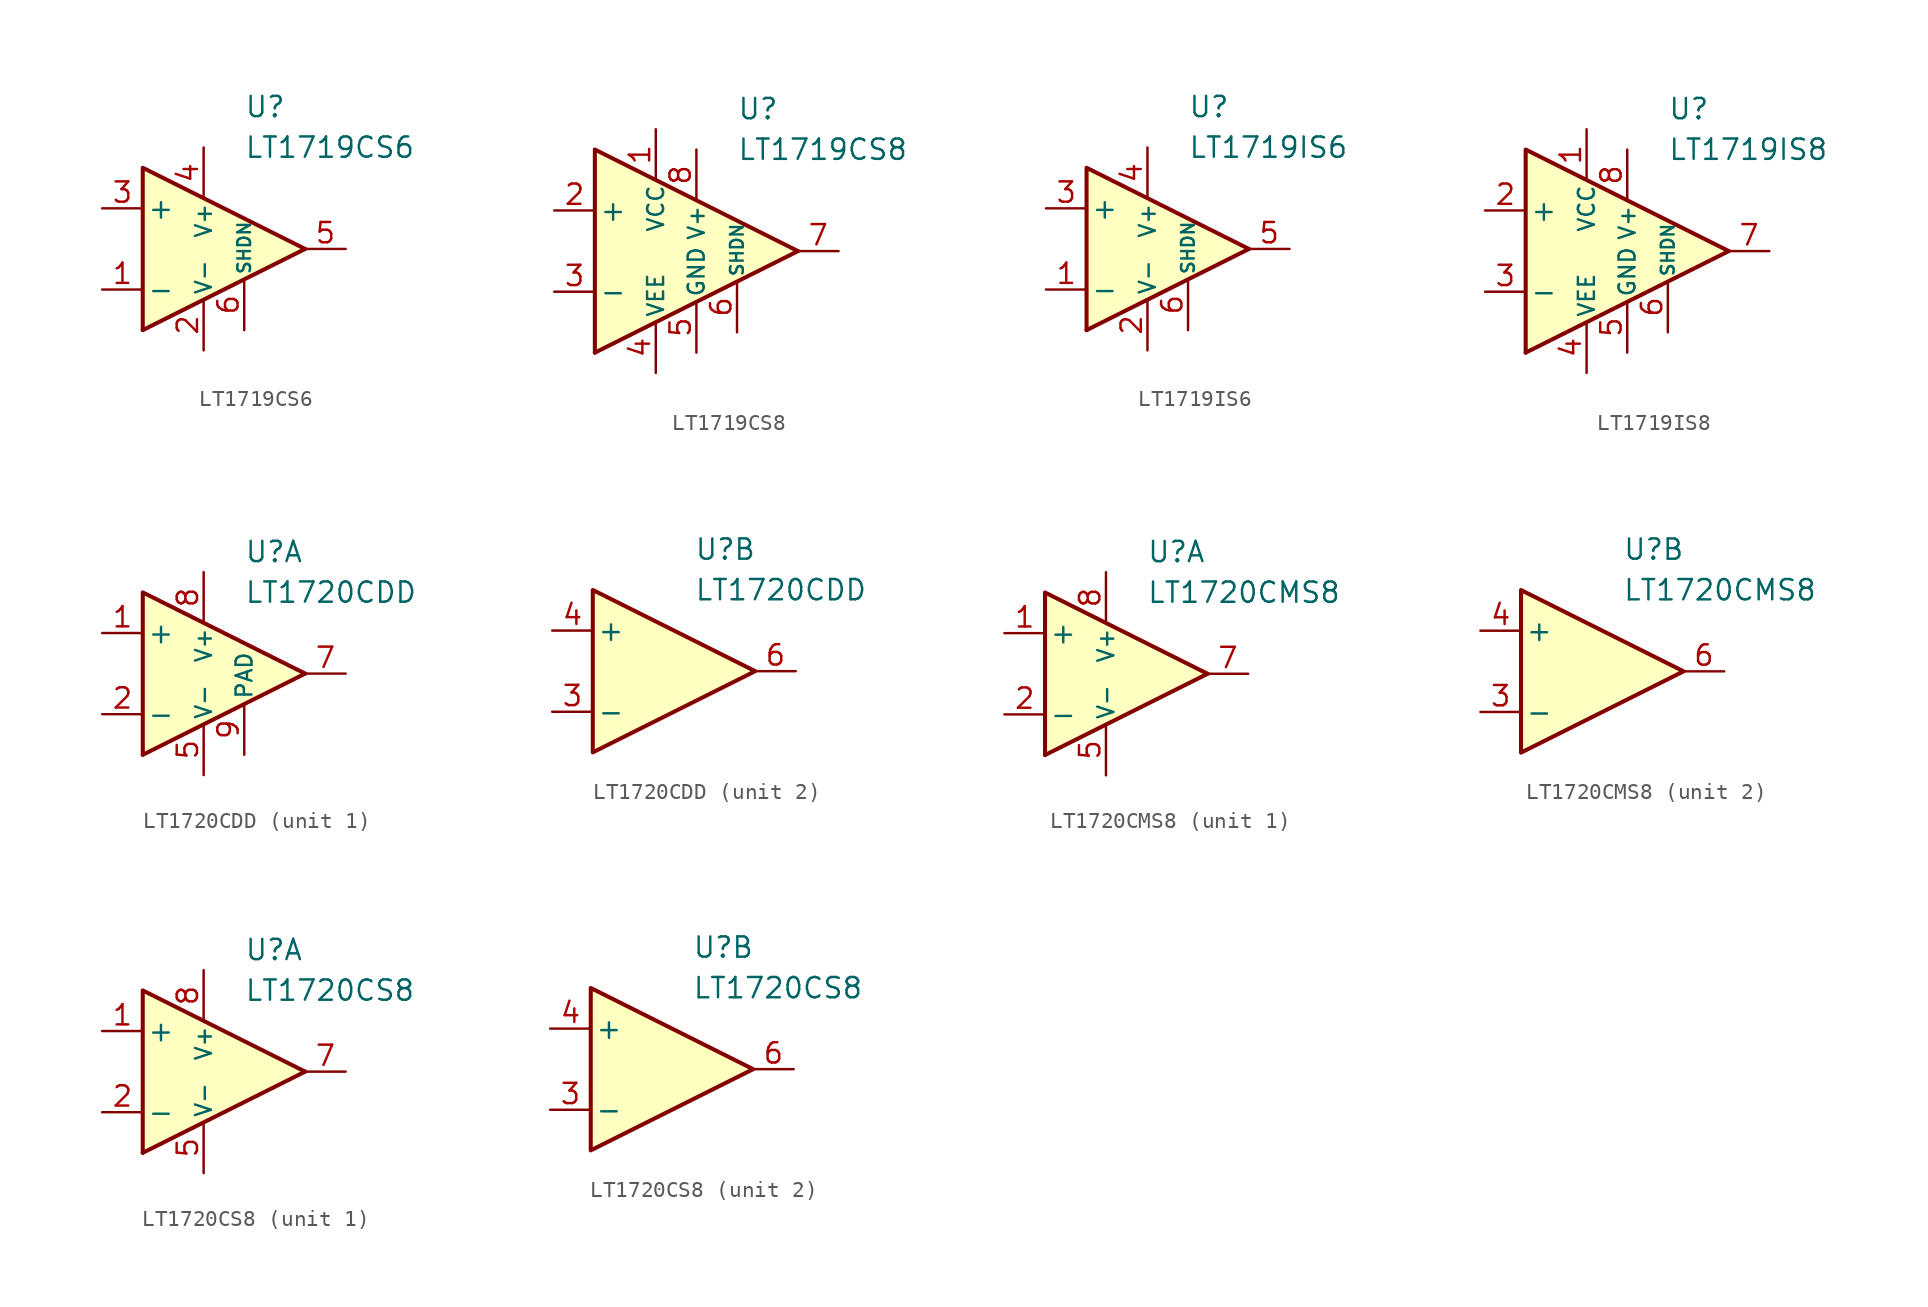
<source format=kicad_sym>
(kicad_symbol_lib
  (version 20231120)
  (generator "kicad_symbol_editor")
  (generator_version "8.0")
  (symbol "LT1719CS6"
    (pin_names
      (offset 0.254))
    (property "Reference" "U"
      (at 2.54 8.89 0)
      (effects (font (size 1.27 1.27)) (justify left)))
    (property "Value" "LT1719CS6"
      (at 2.54 6.35 0)
      (effects (font (size 1.27 1.27)) (justify left)))
    (symbol "LT1719CS6_0_0"
      (polyline (pts (xy 6.35 0) (xy -3.81 -5.08)) (stroke (width 0.254) (type default)) (fill (type none)))
      (polyline (pts (xy 6.35 0) (xy -3.81 5.08) (xy -3.81 -5.08)) (stroke (width 0.254) (type default)) (fill (type background))))
    (symbol "LT1719CS6_1_1"
      (pin input line (at -6.35 -2.54 0) (length 2.54) (name "-" (effects (font (size 1.27 1.27)))) (number "1" (effects (font (size 1.27 1.27)))))
      (pin power_in line (at 0 -6.35 90) (length 3.18) (name "V-" (effects (font (size 1 1)))) (number "2" (effects (font (size 1.27 1.27)))))
      (pin input line (at -6.35 2.54 0) (length 2.54) (name "+" (effects (font (size 1.27 1.27)))) (number "3" (effects (font (size 1.27 1.27)))))
      (pin power_in line (at 0 6.35 270) (length 3.18) (name "V+" (effects (font (size 1 1)))) (number "4" (effects (font (size 1.27 1.27)))))
      (pin output line (at 8.89 0 180) (length 2.54) (name "~" (effects (font (size 1.27 1.27)))) (number "5" (effects (font (size 1.27 1.27)))))
      (pin input line (at 2.54 -5.08 90) (length 3.18) (name "SHDN" (effects (font (size 0.8 0.8)))) (number "6" (effects (font (size 1.27 1.27)))))))
  (symbol "LT1719CS8"
    (pin_names
      (offset 0.254))
    (property "Reference" "U"
      (at 2.54 8.89 0)
      (effects (font (size 1.27 1.27)) (justify left)))
    (property "Value" "LT1719CS8"
      (at 2.54 6.35 0)
      (effects (font (size 1.27 1.27)) (justify left)))
    (symbol "LT1719CS8_0_0"
      (polyline (pts (xy 6.35 0) (xy -6.35 -6.35)) (stroke (width 0.254) (type default)) (fill (type none)))
      (polyline (pts (xy 6.35 0) (xy -6.35 6.35) (xy -6.35 -6.35)) (stroke (width 0.254) (type default)) (fill (type background))))
    (symbol "LT1719CS8_1_1"
      (pin power_in line (at -2.54 7.62 270) (length 3.18) (name "VCC" (effects (font (size 1 1)))) (number "1" (effects (font (size 1.27 1.27)))))
      (pin input line (at -8.89 2.54 0) (length 2.54) (name "+" (effects (font (size 1.27 1.27)))) (number "2" (effects (font (size 1.27 1.27)))))
      (pin input line (at -8.89 -2.54 0) (length 2.54) (name "-" (effects (font (size 1.27 1.27)))) (number "3" (effects (font (size 1.27 1.27)))))
      (pin power_in line (at -2.54 -7.62 90) (length 3.18) (name "VEE" (effects (font (size 1 1)))) (number "4" (effects (font (size 1.27 1.27)))))
      (pin power_in line (at 0 -6.35 90) (length 3.18) (name "GND" (effects (font (size 1 1)))) (number "5" (effects (font (size 1.27 1.27)))))
      (pin input line (at 2.54 -5.08 90) (length 3.18) (name "SHDN" (effects (font (size 0.8 0.8)))) (number "6" (effects (font (size 1.27 1.27)))))
      (pin output line (at 8.89 0 180) (length 2.54) (name "~" (effects (font (size 1.27 1.27)))) (number "7" (effects (font (size 1.27 1.27)))))
      (pin power_in line (at 0 6.35 270) (length 3.18) (name "V+" (effects (font (size 1 1)))) (number "8" (effects (font (size 1.27 1.27)))))))
  (symbol "LT1719IS6"
    (pin_names
      (offset 0.254))
    (property "Reference" "U"
      (at 2.54 8.89 0)
      (effects (font (size 1.27 1.27)) (justify left)))
    (property "Value" "LT1719IS6"
      (at 2.54 6.35 0)
      (effects (font (size 1.27 1.27)) (justify left)))
    (symbol "LT1719IS6_0_0"
      (polyline (pts (xy 6.35 0) (xy -3.81 -5.08)) (stroke (width 0.254) (type default)) (fill (type none)))
      (polyline (pts (xy 6.35 0) (xy -3.81 5.08) (xy -3.81 -5.08)) (stroke (width 0.254) (type default)) (fill (type background))))
    (symbol "LT1719IS6_1_1"
      (pin input line (at -6.35 -2.54 0) (length 2.54) (name "-" (effects (font (size 1.27 1.27)))) (number "1" (effects (font (size 1.27 1.27)))))
      (pin power_in line (at 0 -6.35 90) (length 3.18) (name "V-" (effects (font (size 1 1)))) (number "2" (effects (font (size 1.27 1.27)))))
      (pin input line (at -6.35 2.54 0) (length 2.54) (name "+" (effects (font (size 1.27 1.27)))) (number "3" (effects (font (size 1.27 1.27)))))
      (pin power_in line (at 0 6.35 270) (length 3.18) (name "V+" (effects (font (size 1 1)))) (number "4" (effects (font (size 1.27 1.27)))))
      (pin output line (at 8.89 0 180) (length 2.54) (name "~" (effects (font (size 1.27 1.27)))) (number "5" (effects (font (size 1.27 1.27)))))
      (pin input line (at 2.54 -5.08 90) (length 3.18) (name "SHDN" (effects (font (size 0.8 0.8)))) (number "6" (effects (font (size 1.27 1.27)))))))
  (symbol "LT1719IS8"
    (pin_names
      (offset 0.254))
    (property "Reference" "U"
      (at 2.54 8.89 0)
      (effects (font (size 1.27 1.27)) (justify left)))
    (property "Value" "LT1719IS8"
      (at 2.54 6.35 0)
      (effects (font (size 1.27 1.27)) (justify left)))
    (symbol "LT1719IS8_0_0"
      (polyline (pts (xy 6.35 0) (xy -6.35 -6.35)) (stroke (width 0.254) (type default)) (fill (type none)))
      (polyline (pts (xy 6.35 0) (xy -6.35 6.35) (xy -6.35 -6.35)) (stroke (width 0.254) (type default)) (fill (type background))))
    (symbol "LT1719IS8_1_1"
      (pin power_in line (at -2.54 7.62 270) (length 3.18) (name "VCC" (effects (font (size 1 1)))) (number "1" (effects (font (size 1.27 1.27)))))
      (pin input line (at -8.89 2.54 0) (length 2.54) (name "+" (effects (font (size 1.27 1.27)))) (number "2" (effects (font (size 1.27 1.27)))))
      (pin input line (at -8.89 -2.54 0) (length 2.54) (name "-" (effects (font (size 1.27 1.27)))) (number "3" (effects (font (size 1.27 1.27)))))
      (pin power_in line (at -2.54 -7.62 90) (length 3.18) (name "VEE" (effects (font (size 1 1)))) (number "4" (effects (font (size 1.27 1.27)))))
      (pin power_in line (at 0 -6.35 90) (length 3.18) (name "GND" (effects (font (size 1 1)))) (number "5" (effects (font (size 1.27 1.27)))))
      (pin input line (at 2.54 -5.08 90) (length 3.18) (name "SHDN" (effects (font (size 0.8 0.8)))) (number "6" (effects (font (size 1.27 1.27)))))
      (pin output line (at 8.89 0 180) (length 2.54) (name "~" (effects (font (size 1.27 1.27)))) (number "7" (effects (font (size 1.27 1.27)))))
      (pin power_in line (at 0 6.35 270) (length 3.18) (name "V+" (effects (font (size 1 1)))) (number "8" (effects (font (size 1.27 1.27)))))))
  (symbol "LT1720CDD"
    (pin_names
      (offset 0.254))
    (property "Reference" "U"
      (at 2.54 7.62 0)
      (effects (font (size 1.27 1.27)) (justify left)))
    (property "Value" "LT1720CDD"
      (at 2.54 5.08 0)
      (effects (font (size 1.27 1.27)) (justify left)))
    (property "ki_locked" ""
      (at 0 0 0)
      (effects (font (size 1.27 1.27))))
    (symbol "LT1720CDD_1_0"
      (polyline (pts (xy 6.35 0) (xy -3.81 -5.08)) (stroke (width 0.254) (type default)) (fill (type none)))
      (polyline (pts (xy 6.35 0) (xy -3.81 5.08) (xy -3.81 -5.08)) (stroke (width 0.254) (type default)) (fill (type background))))
    (symbol "LT1720CDD_1_1"
      (pin input line (at -6.35 2.54 0) (length 2.54) (name "+" (effects (font (size 1.27 1.27)))) (number "1" (effects (font (size 1.27 1.27)))))
      (pin input line (at -6.35 -2.54 0) (length 2.54) (name "-" (effects (font (size 1.27 1.27)))) (number "2" (effects (font (size 1.27 1.27)))))
      (pin power_in line (at 0 -6.35 90) (length 3.18) (name "V-" (effects (font (size 1 1)))) (number "5" (effects (font (size 1.27 1.27)))))
      (pin output line (at 8.89 0 180) (length 2.54) (name "~" (effects (font (size 1.27 1.27)))) (number "7" (effects (font (size 1.27 1.27)))))
      (pin power_in line (at 0 6.35 270) (length 3.18) (name "V+" (effects (font (size 1 1)))) (number "8" (effects (font (size 1.27 1.27)))))
      (pin power_in line (at 2.54 -5.08 90) (length 3.18) (name "PAD" (effects (font (size 1 1)))) (number "9" (effects (font (size 1.27 1.27))))))
    (symbol "LT1720CDD_2_0"
      (polyline (pts (xy 6.35 0) (xy -3.81 5.08) (xy -3.81 -5.08) (xy 6.35 0)) (stroke (width 0.254) (type default)) (fill (type background))))
    (symbol "LT1720CDD_2_1"
      (pin input line (at -6.35 -2.54 0) (length 2.54) (name "-" (effects (font (size 1.27 1.27)))) (number "3" (effects (font (size 1.27 1.27)))))
      (pin input line (at -6.35 2.54 0) (length 2.54) (name "+" (effects (font (size 1.27 1.27)))) (number "4" (effects (font (size 1.27 1.27)))))
      (pin output line (at 8.89 0 180) (length 2.54) (name "~" (effects (font (size 1.27 1.27)))) (number "6" (effects (font (size 1.27 1.27)))))))
  (symbol "LT1720CMS8"
    (pin_names
      (offset 0.254))
    (property "Reference" "U"
      (at 2.54 7.62 0)
      (effects (font (size 1.27 1.27)) (justify left)))
    (property "Value" "LT1720CMS8"
      (at 2.54 5.08 0)
      (effects (font (size 1.27 1.27)) (justify left)))
    (property "ki_locked" ""
      (at 0 0 0)
      (effects (font (size 1.27 1.27))))
    (symbol "LT1720CMS8_1_0"
      (polyline (pts (xy 6.35 0) (xy -3.81 -5.08)) (stroke (width 0.254) (type default)) (fill (type none)))
      (polyline (pts (xy 6.35 0) (xy -3.81 5.08) (xy -3.81 -5.08)) (stroke (width 0.254) (type default)) (fill (type background))))
    (symbol "LT1720CMS8_1_1"
      (pin input line (at -6.35 2.54 0) (length 2.54) (name "+" (effects (font (size 1.27 1.27)))) (number "1" (effects (font (size 1.27 1.27)))))
      (pin input line (at -6.35 -2.54 0) (length 2.54) (name "-" (effects (font (size 1.27 1.27)))) (number "2" (effects (font (size 1.27 1.27)))))
      (pin power_in line (at 0 -6.35 90) (length 3.18) (name "V-" (effects (font (size 1 1)))) (number "5" (effects (font (size 1.27 1.27)))))
      (pin output line (at 8.89 0 180) (length 2.54) (name "~" (effects (font (size 1.27 1.27)))) (number "7" (effects (font (size 1.27 1.27)))))
      (pin power_in line (at 0 6.35 270) (length 3.18) (name "V+" (effects (font (size 1 1)))) (number "8" (effects (font (size 1.27 1.27))))))
    (symbol "LT1720CMS8_2_0"
      (polyline (pts (xy 6.35 0) (xy -3.81 5.08) (xy -3.81 -5.08) (xy 6.35 0)) (stroke (width 0.254) (type default)) (fill (type background))))
    (symbol "LT1720CMS8_2_1"
      (pin input line (at -6.35 -2.54 0) (length 2.54) (name "-" (effects (font (size 1.27 1.27)))) (number "3" (effects (font (size 1.27 1.27)))))
      (pin input line (at -6.35 2.54 0) (length 2.54) (name "+" (effects (font (size 1.27 1.27)))) (number "4" (effects (font (size 1.27 1.27)))))
      (pin output line (at 8.89 0 180) (length 2.54) (name "~" (effects (font (size 1.27 1.27)))) (number "6" (effects (font (size 1.27 1.27)))))))
  (symbol "LT1720CS8"
    (pin_names
      (offset 0.254))
    (property "Reference" "U"
      (at 2.54 7.62 0)
      (effects (font (size 1.27 1.27)) (justify left)))
    (property "Value" "LT1720CS8"
      (at 2.54 5.08 0)
      (effects (font (size 1.27 1.27)) (justify left)))
    (property "ki_locked" ""
      (at 0 0 0)
      (effects (font (size 1.27 1.27))))
    (symbol "LT1720CS8_1_0"
      (polyline (pts (xy 6.35 0) (xy -3.81 -5.08)) (stroke (width 0.254) (type default)) (fill (type none)))
      (polyline (pts (xy 6.35 0) (xy -3.81 5.08) (xy -3.81 -5.08)) (stroke (width 0.254) (type default)) (fill (type background))))
    (symbol "LT1720CS8_1_1"
      (pin input line (at -6.35 2.54 0) (length 2.54) (name "+" (effects (font (size 1.27 1.27)))) (number "1" (effects (font (size 1.27 1.27)))))
      (pin input line (at -6.35 -2.54 0) (length 2.54) (name "-" (effects (font (size 1.27 1.27)))) (number "2" (effects (font (size 1.27 1.27)))))
      (pin power_in line (at 0 -6.35 90) (length 3.18) (name "V-" (effects (font (size 1 1)))) (number "5" (effects (font (size 1.27 1.27)))))
      (pin output line (at 8.89 0 180) (length 2.54) (name "~" (effects (font (size 1.27 1.27)))) (number "7" (effects (font (size 1.27 1.27)))))
      (pin power_in line (at 0 6.35 270) (length 3.18) (name "V+" (effects (font (size 1 1)))) (number "8" (effects (font (size 1.27 1.27))))))
    (symbol "LT1720CS8_2_0"
      (polyline (pts (xy 6.35 0) (xy -3.81 5.08) (xy -3.81 -5.08) (xy 6.35 0)) (stroke (width 0.254) (type default)) (fill (type background))))
    (symbol "LT1720CS8_2_1"
      (pin input line (at -6.35 -2.54 0) (length 2.54) (name "-" (effects (font (size 1.27 1.27)))) (number "3" (effects (font (size 1.27 1.27)))))
      (pin input line (at -6.35 2.54 0) (length 2.54) (name "+" (effects (font (size 1.27 1.27)))) (number "4" (effects (font (size 1.27 1.27)))))
      (pin output line (at 8.89 0 180) (length 2.54) (name "~" (effects (font (size 1.27 1.27)))) (number "6" (effects (font (size 1.27 1.27))))))))
</source>
